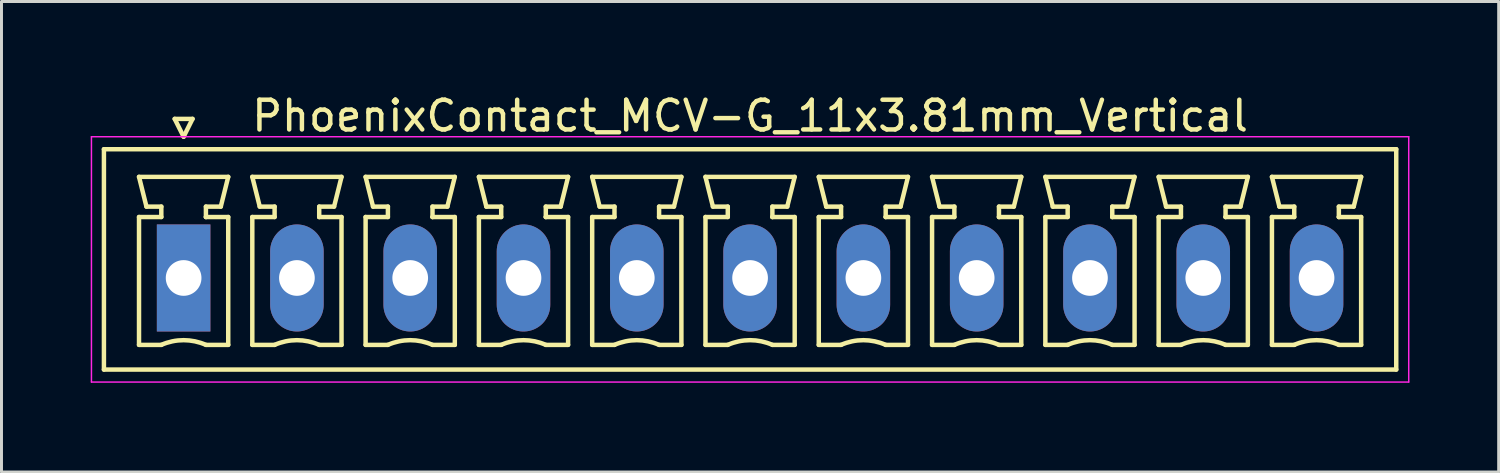
<source format=kicad_pcb>
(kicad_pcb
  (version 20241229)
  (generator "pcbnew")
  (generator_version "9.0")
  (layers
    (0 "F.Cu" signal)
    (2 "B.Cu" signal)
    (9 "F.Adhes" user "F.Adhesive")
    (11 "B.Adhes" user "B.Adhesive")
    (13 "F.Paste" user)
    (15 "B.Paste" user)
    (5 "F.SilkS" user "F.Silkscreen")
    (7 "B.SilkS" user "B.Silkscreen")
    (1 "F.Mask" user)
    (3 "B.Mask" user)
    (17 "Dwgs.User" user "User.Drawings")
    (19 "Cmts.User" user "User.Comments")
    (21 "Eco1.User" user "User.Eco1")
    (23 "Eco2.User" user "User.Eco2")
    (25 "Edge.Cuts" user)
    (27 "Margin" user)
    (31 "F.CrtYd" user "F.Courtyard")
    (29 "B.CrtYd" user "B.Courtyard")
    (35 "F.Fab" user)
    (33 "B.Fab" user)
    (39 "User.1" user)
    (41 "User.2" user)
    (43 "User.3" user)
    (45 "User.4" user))
  (footprint "PhoenixContact_MCV-G_11x3.81mm_Vertical"
    (layer "F.Cu")
    (at 3.125 6.298)
    (property "Reference" "PhoenixContact_MCV-G_11x3.81mm_Vertical" (at 19.05 -5.45 0) (layer "F.SilkS") (effects (font (size 1 1) (thickness 0.15))))
    (attr through_hole)
    (fp_line (start -2.68 -4.33) (end -2.68 3.08) (stroke (width 0.15) (type solid)) (layer "F.SilkS"))
    (fp_line (start -2.68 3.08) (end 40.78 3.08) (stroke (width 0.15) (type solid)) (layer "F.SilkS"))
    (fp_line (start -1.5 -3.4) (end 1.5 -3.4) (stroke (width 0.15) (type solid)) (layer "F.SilkS"))
    (fp_line (start -1.5 -2.05) (end -0.75 -2.05) (stroke (width 0.15) (type solid)) (layer "F.SilkS"))
    (fp_line (start -1.5 2.25) (end -1.5 -2.05) (stroke (width 0.15) (type solid)) (layer "F.SilkS"))
    (fp_line (start -1.25 -2.4) (end -1.5 -3.4) (stroke (width 0.15) (type solid)) (layer "F.SilkS"))
    (fp_line (start -0.75 -2.4) (end -1.25 -2.4) (stroke (width 0.15) (type solid)) (layer "F.SilkS"))
    (fp_line (start -0.75 -2.05) (end -0.75 -2.4) (stroke (width 0.15) (type solid)) (layer "F.SilkS"))
    (fp_line (start -0.75 2.25) (end -1.5 2.25) (stroke (width 0.15) (type solid)) (layer "F.SilkS"))
    (fp_line (start -0.3 -5.35) (end 0 -4.75) (stroke (width 0.15) (type solid)) (layer "F.SilkS"))
    (fp_line (start 0 -4.75) (end 0.3 -5.35) (stroke (width 0.15) (type solid)) (layer "F.SilkS"))
    (fp_line (start 0.3 -5.35) (end -0.3 -5.35) (stroke (width 0.15) (type solid)) (layer "F.SilkS"))
    (fp_line (start 0.75 -2.4) (end 0.75 -2.05) (stroke (width 0.15) (type solid)) (layer "F.SilkS"))
    (fp_line (start 0.75 -2.05) (end 0.75 -2.05) (stroke (width 0.15) (type solid)) (layer "F.SilkS"))
    (fp_line (start 0.75 -2.05) (end 1.5 -2.05) (stroke (width 0.15) (type solid)) (layer "F.SilkS"))
    (fp_line (start 1.25 -2.4) (end 0.75 -2.4) (stroke (width 0.15) (type solid)) (layer "F.SilkS"))
    (fp_line (start 1.5 -3.4) (end 1.25 -2.4) (stroke (width 0.15) (type solid)) (layer "F.SilkS"))
    (fp_line (start 1.5 -2.05) (end 1.5 2.25) (stroke (width 0.15) (type solid)) (layer "F.SilkS"))
    (fp_line (start 1.5 2.25) (end 0.75 2.25) (stroke (width 0.15) (type solid)) (layer "F.SilkS"))
    (fp_line (start 2.31 -3.4) (end 5.31 -3.4) (stroke (width 0.15) (type solid)) (layer "F.SilkS"))
    (fp_line (start 2.31 -2.05) (end 3.06 -2.05) (stroke (width 0.15) (type solid)) (layer "F.SilkS"))
    (fp_line (start 2.31 2.25) (end 2.31 -2.05) (stroke (width 0.15) (type solid)) (layer "F.SilkS"))
    (fp_line (start 2.56 -2.4) (end 2.31 -3.4) (stroke (width 0.15) (type solid)) (layer "F.SilkS"))
    (fp_line (start 3.06 -2.4) (end 2.56 -2.4) (stroke (width 0.15) (type solid)) (layer "F.SilkS"))
    (fp_line (start 3.06 -2.05) (end 3.06 -2.4) (stroke (width 0.15) (type solid)) (layer "F.SilkS"))
    (fp_line (start 3.06 2.25) (end 2.31 2.25) (stroke (width 0.15) (type solid)) (layer "F.SilkS"))
    (fp_line (start 4.56 -2.4) (end 4.56 -2.05) (stroke (width 0.15) (type solid)) (layer "F.SilkS"))
    (fp_line (start 4.56 -2.05) (end 4.56 -2.05) (stroke (width 0.15) (type solid)) (layer "F.SilkS"))
    (fp_line (start 4.56 -2.05) (end 5.31 -2.05) (stroke (width 0.15) (type solid)) (layer "F.SilkS"))
    (fp_line (start 5.06 -2.4) (end 4.56 -2.4) (stroke (width 0.15) (type solid)) (layer "F.SilkS"))
    (fp_line (start 5.31 -3.4) (end 5.06 -2.4) (stroke (width 0.15) (type solid)) (layer "F.SilkS"))
    (fp_line (start 5.31 -2.05) (end 5.31 2.25) (stroke (width 0.15) (type solid)) (layer "F.SilkS"))
    (fp_line (start 5.31 2.25) (end 4.56 2.25) (stroke (width 0.15) (type solid)) (layer "F.SilkS"))
    (fp_line (start 6.12 -3.4) (end 9.12 -3.4) (stroke (width 0.15) (type solid)) (layer "F.SilkS"))
    (fp_line (start 6.12 -2.05) (end 6.87 -2.05) (stroke (width 0.15) (type solid)) (layer "F.SilkS"))
    (fp_line (start 6.12 2.25) (end 6.12 -2.05) (stroke (width 0.15) (type solid)) (layer "F.SilkS"))
    (fp_line (start 6.37 -2.4) (end 6.12 -3.4) (stroke (width 0.15) (type solid)) (layer "F.SilkS"))
    (fp_line (start 6.87 -2.4) (end 6.37 -2.4) (stroke (width 0.15) (type solid)) (layer "F.SilkS"))
    (fp_line (start 6.87 -2.05) (end 6.87 -2.4) (stroke (width 0.15) (type solid)) (layer "F.SilkS"))
    (fp_line (start 6.87 2.25) (end 6.12 2.25) (stroke (width 0.15) (type solid)) (layer "F.SilkS"))
    (fp_line (start 8.37 -2.4) (end 8.37 -2.05) (stroke (width 0.15) (type solid)) (layer "F.SilkS"))
    (fp_line (start 8.37 -2.05) (end 8.37 -2.05) (stroke (width 0.15) (type solid)) (layer "F.SilkS"))
    (fp_line (start 8.37 -2.05) (end 9.12 -2.05) (stroke (width 0.15) (type solid)) (layer "F.SilkS"))
    (fp_line (start 8.87 -2.4) (end 8.37 -2.4) (stroke (width 0.15) (type solid)) (layer "F.SilkS"))
    (fp_line (start 9.12 -3.4) (end 8.87 -2.4) (stroke (width 0.15) (type solid)) (layer "F.SilkS"))
    (fp_line (start 9.12 -2.05) (end 9.12 2.25) (stroke (width 0.15) (type solid)) (layer "F.SilkS"))
    (fp_line (start 9.12 2.25) (end 8.37 2.25) (stroke (width 0.15) (type solid)) (layer "F.SilkS"))
    (fp_line (start 9.93 -3.4) (end 12.93 -3.4) (stroke (width 0.15) (type solid)) (layer "F.SilkS"))
    (fp_line (start 9.93 -2.05) (end 10.68 -2.05) (stroke (width 0.15) (type solid)) (layer "F.SilkS"))
    (fp_line (start 9.93 2.25) (end 9.93 -2.05) (stroke (width 0.15) (type solid)) (layer "F.SilkS"))
    (fp_line (start 10.18 -2.4) (end 9.93 -3.4) (stroke (width 0.15) (type solid)) (layer "F.SilkS"))
    (fp_line (start 10.68 -2.4) (end 10.18 -2.4) (stroke (width 0.15) (type solid)) (layer "F.SilkS"))
    (fp_line (start 10.68 -2.05) (end 10.68 -2.4) (stroke (width 0.15) (type solid)) (layer "F.SilkS"))
    (fp_line (start 10.68 2.25) (end 9.93 2.25) (stroke (width 0.15) (type solid)) (layer "F.SilkS"))
    (fp_line (start 12.18 -2.4) (end 12.18 -2.05) (stroke (width 0.15) (type solid)) (layer "F.SilkS"))
    (fp_line (start 12.18 -2.05) (end 12.18 -2.05) (stroke (width 0.15) (type solid)) (layer "F.SilkS"))
    (fp_line (start 12.18 -2.05) (end 12.93 -2.05) (stroke (width 0.15) (type solid)) (layer "F.SilkS"))
    (fp_line (start 12.68 -2.4) (end 12.18 -2.4) (stroke (width 0.15) (type solid)) (layer "F.SilkS"))
    (fp_line (start 12.93 -3.4) (end 12.68 -2.4) (stroke (width 0.15) (type solid)) (layer "F.SilkS"))
    (fp_line (start 12.93 -2.05) (end 12.93 2.25) (stroke (width 0.15) (type solid)) (layer "F.SilkS"))
    (fp_line (start 12.93 2.25) (end 12.18 2.25) (stroke (width 0.15) (type solid)) (layer "F.SilkS"))
    (fp_line (start 13.74 -3.4) (end 16.74 -3.4) (stroke (width 0.15) (type solid)) (layer "F.SilkS"))
    (fp_line (start 13.74 -2.05) (end 14.49 -2.05) (stroke (width 0.15) (type solid)) (layer "F.SilkS"))
    (fp_line (start 13.74 2.25) (end 13.74 -2.05) (stroke (width 0.15) (type solid)) (layer "F.SilkS"))
    (fp_line (start 13.99 -2.4) (end 13.74 -3.4) (stroke (width 0.15) (type solid)) (layer "F.SilkS"))
    (fp_line (start 14.49 -2.4) (end 13.99 -2.4) (stroke (width 0.15) (type solid)) (layer "F.SilkS"))
    (fp_line (start 14.49 -2.05) (end 14.49 -2.4) (stroke (width 0.15) (type solid)) (layer "F.SilkS"))
    (fp_line (start 14.49 2.25) (end 13.74 2.25) (stroke (width 0.15) (type solid)) (layer "F.SilkS"))
    (fp_line (start 15.99 -2.4) (end 15.99 -2.05) (stroke (width 0.15) (type solid)) (layer "F.SilkS"))
    (fp_line (start 15.99 -2.05) (end 15.99 -2.05) (stroke (width 0.15) (type solid)) (layer "F.SilkS"))
    (fp_line (start 15.99 -2.05) (end 16.74 -2.05) (stroke (width 0.15) (type solid)) (layer "F.SilkS"))
    (fp_line (start 16.49 -2.4) (end 15.99 -2.4) (stroke (width 0.15) (type solid)) (layer "F.SilkS"))
    (fp_line (start 16.74 -3.4) (end 16.49 -2.4) (stroke (width 0.15) (type solid)) (layer "F.SilkS"))
    (fp_line (start 16.74 -2.05) (end 16.74 2.25) (stroke (width 0.15) (type solid)) (layer "F.SilkS"))
    (fp_line (start 16.74 2.25) (end 15.99 2.25) (stroke (width 0.15) (type solid)) (layer "F.SilkS"))
    (fp_line (start 17.55 -3.4) (end 20.55 -3.4) (stroke (width 0.15) (type solid)) (layer "F.SilkS"))
    (fp_line (start 17.55 -2.05) (end 18.3 -2.05) (stroke (width 0.15) (type solid)) (layer "F.SilkS"))
    (fp_line (start 17.55 2.25) (end 17.55 -2.05) (stroke (width 0.15) (type solid)) (layer "F.SilkS"))
    (fp_line (start 17.8 -2.4) (end 17.55 -3.4) (stroke (width 0.15) (type solid)) (layer "F.SilkS"))
    (fp_line (start 18.3 -2.4) (end 17.8 -2.4) (stroke (width 0.15) (type solid)) (layer "F.SilkS"))
    (fp_line (start 18.3 -2.05) (end 18.3 -2.4) (stroke (width 0.15) (type solid)) (layer "F.SilkS"))
    (fp_line (start 18.3 2.25) (end 17.55 2.25) (stroke (width 0.15) (type solid)) (layer "F.SilkS"))
    (fp_line (start 19.8 -2.4) (end 19.8 -2.05) (stroke (width 0.15) (type solid)) (layer "F.SilkS"))
    (fp_line (start 19.8 -2.05) (end 19.8 -2.05) (stroke (width 0.15) (type solid)) (layer "F.SilkS"))
    (fp_line (start 19.8 -2.05) (end 20.55 -2.05) (stroke (width 0.15) (type solid)) (layer "F.SilkS"))
    (fp_line (start 20.3 -2.4) (end 19.8 -2.4) (stroke (width 0.15) (type solid)) (layer "F.SilkS"))
    (fp_line (start 20.55 -3.4) (end 20.3 -2.4) (stroke (width 0.15) (type solid)) (layer "F.SilkS"))
    (fp_line (start 20.55 -2.05) (end 20.55 2.25) (stroke (width 0.15) (type solid)) (layer "F.SilkS"))
    (fp_line (start 20.55 2.25) (end 19.8 2.25) (stroke (width 0.15) (type solid)) (layer "F.SilkS"))
    (fp_line (start 21.36 -3.4) (end 24.36 -3.4) (stroke (width 0.15) (type solid)) (layer "F.SilkS"))
    (fp_line (start 21.36 -2.05) (end 22.11 -2.05) (stroke (width 0.15) (type solid)) (layer "F.SilkS"))
    (fp_line (start 21.36 2.25) (end 21.36 -2.05) (stroke (width 0.15) (type solid)) (layer "F.SilkS"))
    (fp_line (start 21.61 -2.4) (end 21.36 -3.4) (stroke (width 0.15) (type solid)) (layer "F.SilkS"))
    (fp_line (start 22.11 -2.4) (end 21.61 -2.4) (stroke (width 0.15) (type solid)) (layer "F.SilkS"))
    (fp_line (start 22.11 -2.05) (end 22.11 -2.4) (stroke (width 0.15) (type solid)) (layer "F.SilkS"))
    (fp_line (start 22.11 2.25) (end 21.36 2.25) (stroke (width 0.15) (type solid)) (layer "F.SilkS"))
    (fp_line (start 23.61 -2.4) (end 23.61 -2.05) (stroke (width 0.15) (type solid)) (layer "F.SilkS"))
    (fp_line (start 23.61 -2.05) (end 23.61 -2.05) (stroke (width 0.15) (type solid)) (layer "F.SilkS"))
    (fp_line (start 23.61 -2.05) (end 24.36 -2.05) (stroke (width 0.15) (type solid)) (layer "F.SilkS"))
    (fp_line (start 24.11 -2.4) (end 23.61 -2.4) (stroke (width 0.15) (type solid)) (layer "F.SilkS"))
    (fp_line (start 24.36 -3.4) (end 24.11 -2.4) (stroke (width 0.15) (type solid)) (layer "F.SilkS"))
    (fp_line (start 24.36 -2.05) (end 24.36 2.25) (stroke (width 0.15) (type solid)) (layer "F.SilkS"))
    (fp_line (start 24.36 2.25) (end 23.61 2.25) (stroke (width 0.15) (type solid)) (layer "F.SilkS"))
    (fp_line (start 25.17 -3.4) (end 28.17 -3.4) (stroke (width 0.15) (type solid)) (layer "F.SilkS"))
    (fp_line (start 25.17 -2.05) (end 25.92 -2.05) (stroke (width 0.15) (type solid)) (layer "F.SilkS"))
    (fp_line (start 25.17 2.25) (end 25.17 -2.05) (stroke (width 0.15) (type solid)) (layer "F.SilkS"))
    (fp_line (start 25.42 -2.4) (end 25.17 -3.4) (stroke (width 0.15) (type solid)) (layer "F.SilkS"))
    (fp_line (start 25.92 -2.4) (end 25.42 -2.4) (stroke (width 0.15) (type solid)) (layer "F.SilkS"))
    (fp_line (start 25.92 -2.05) (end 25.92 -2.4) (stroke (width 0.15) (type solid)) (layer "F.SilkS"))
    (fp_line (start 25.92 2.25) (end 25.17 2.25) (stroke (width 0.15) (type solid)) (layer "F.SilkS"))
    (fp_line (start 27.42 -2.4) (end 27.42 -2.05) (stroke (width 0.15) (type solid)) (layer "F.SilkS"))
    (fp_line (start 27.42 -2.05) (end 27.42 -2.05) (stroke (width 0.15) (type solid)) (layer "F.SilkS"))
    (fp_line (start 27.42 -2.05) (end 28.17 -2.05) (stroke (width 0.15) (type solid)) (layer "F.SilkS"))
    (fp_line (start 27.92 -2.4) (end 27.42 -2.4) (stroke (width 0.15) (type solid)) (layer "F.SilkS"))
    (fp_line (start 28.17 -3.4) (end 27.92 -2.4) (stroke (width 0.15) (type solid)) (layer "F.SilkS"))
    (fp_line (start 28.17 -2.05) (end 28.17 2.25) (stroke (width 0.15) (type solid)) (layer "F.SilkS"))
    (fp_line (start 28.17 2.25) (end 27.42 2.25) (stroke (width 0.15) (type solid)) (layer "F.SilkS"))
    (fp_line (start 28.98 -3.4) (end 31.98 -3.4) (stroke (width 0.15) (type solid)) (layer "F.SilkS"))
    (fp_line (start 28.98 -2.05) (end 29.73 -2.05) (stroke (width 0.15) (type solid)) (layer "F.SilkS"))
    (fp_line (start 28.98 2.25) (end 28.98 -2.05) (stroke (width 0.15) (type solid)) (layer "F.SilkS"))
    (fp_line (start 29.23 -2.4) (end 28.98 -3.4) (stroke (width 0.15) (type solid)) (layer "F.SilkS"))
    (fp_line (start 29.73 -2.4) (end 29.23 -2.4) (stroke (width 0.15) (type solid)) (layer "F.SilkS"))
    (fp_line (start 29.73 -2.05) (end 29.73 -2.4) (stroke (width 0.15) (type solid)) (layer "F.SilkS"))
    (fp_line (start 29.73 2.25) (end 28.98 2.25) (stroke (width 0.15) (type solid)) (layer "F.SilkS"))
    (fp_line (start 31.23 -2.4) (end 31.23 -2.05) (stroke (width 0.15) (type solid)) (layer "F.SilkS"))
    (fp_line (start 31.23 -2.05) (end 31.23 -2.05) (stroke (width 0.15) (type solid)) (layer "F.SilkS"))
    (fp_line (start 31.23 -2.05) (end 31.98 -2.05) (stroke (width 0.15) (type solid)) (layer "F.SilkS"))
    (fp_line (start 31.73 -2.4) (end 31.23 -2.4) (stroke (width 0.15) (type solid)) (layer "F.SilkS"))
    (fp_line (start 31.98 -3.4) (end 31.73 -2.4) (stroke (width 0.15) (type solid)) (layer "F.SilkS"))
    (fp_line (start 31.98 -2.05) (end 31.98 2.25) (stroke (width 0.15) (type solid)) (layer "F.SilkS"))
    (fp_line (start 31.98 2.25) (end 31.23 2.25) (stroke (width 0.15) (type solid)) (layer "F.SilkS"))
    (fp_line (start 32.79 -3.4) (end 35.79 -3.4) (stroke (width 0.15) (type solid)) (layer "F.SilkS"))
    (fp_line (start 32.79 -2.05) (end 33.54 -2.05) (stroke (width 0.15) (type solid)) (layer "F.SilkS"))
    (fp_line (start 32.79 2.25) (end 32.79 -2.05) (stroke (width 0.15) (type solid)) (layer "F.SilkS"))
    (fp_line (start 33.04 -2.4) (end 32.79 -3.4) (stroke (width 0.15) (type solid)) (layer "F.SilkS"))
    (fp_line (start 33.54 -2.4) (end 33.04 -2.4) (stroke (width 0.15) (type solid)) (layer "F.SilkS"))
    (fp_line (start 33.54 -2.05) (end 33.54 -2.4) (stroke (width 0.15) (type solid)) (layer "F.SilkS"))
    (fp_line (start 33.54 2.25) (end 32.79 2.25) (stroke (width 0.15) (type solid)) (layer "F.SilkS"))
    (fp_line (start 35.04 -2.4) (end 35.04 -2.05) (stroke (width 0.15) (type solid)) (layer "F.SilkS"))
    (fp_line (start 35.04 -2.05) (end 35.04 -2.05) (stroke (width 0.15) (type solid)) (layer "F.SilkS"))
    (fp_line (start 35.04 -2.05) (end 35.79 -2.05) (stroke (width 0.15) (type solid)) (layer "F.SilkS"))
    (fp_line (start 35.54 -2.4) (end 35.04 -2.4) (stroke (width 0.15) (type solid)) (layer "F.SilkS"))
    (fp_line (start 35.79 -3.4) (end 35.54 -2.4) (stroke (width 0.15) (type solid)) (layer "F.SilkS"))
    (fp_line (start 35.79 -2.05) (end 35.79 2.25) (stroke (width 0.15) (type solid)) (layer "F.SilkS"))
    (fp_line (start 35.79 2.25) (end 35.04 2.25) (stroke (width 0.15) (type solid)) (layer "F.SilkS"))
    (fp_line (start 36.6 -3.4) (end 39.6 -3.4) (stroke (width 0.15) (type solid)) (layer "F.SilkS"))
    (fp_line (start 36.6 -2.05) (end 37.35 -2.05) (stroke (width 0.15) (type solid)) (layer "F.SilkS"))
    (fp_line (start 36.6 2.25) (end 36.6 -2.05) (stroke (width 0.15) (type solid)) (layer "F.SilkS"))
    (fp_line (start 36.85 -2.4) (end 36.6 -3.4) (stroke (width 0.15) (type solid)) (layer "F.SilkS"))
    (fp_line (start 37.35 -2.4) (end 36.85 -2.4) (stroke (width 0.15) (type solid)) (layer "F.SilkS"))
    (fp_line (start 37.35 -2.05) (end 37.35 -2.4) (stroke (width 0.15) (type solid)) (layer "F.SilkS"))
    (fp_line (start 37.35 2.25) (end 36.6 2.25) (stroke (width 0.15) (type solid)) (layer "F.SilkS"))
    (fp_line (start 38.85 -2.4) (end 38.85 -2.05) (stroke (width 0.15) (type solid)) (layer "F.SilkS"))
    (fp_line (start 38.85 -2.05) (end 38.85 -2.05) (stroke (width 0.15) (type solid)) (layer "F.SilkS"))
    (fp_line (start 38.85 -2.05) (end 39.6 -2.05) (stroke (width 0.15) (type solid)) (layer "F.SilkS"))
    (fp_line (start 39.35 -2.4) (end 38.85 -2.4) (stroke (width 0.15) (type solid)) (layer "F.SilkS"))
    (fp_line (start 39.6 -3.4) (end 39.35 -2.4) (stroke (width 0.15) (type solid)) (layer "F.SilkS"))
    (fp_line (start 39.6 -2.05) (end 39.6 2.25) (stroke (width 0.15) (type solid)) (layer "F.SilkS"))
    (fp_line (start 39.6 2.25) (end 38.85 2.25) (stroke (width 0.15) (type solid)) (layer "F.SilkS"))
    (fp_line (start 40.78 -4.33) (end -2.68 -4.33) (stroke (width 0.15) (type solid)) (layer "F.SilkS"))
    (fp_line (start 40.78 3.08) (end 40.78 -4.33) (stroke (width 0.15) (type solid)) (layer "F.SilkS"))
    (fp_arc (start -0.75 2.25) (mid -0.000193 2.09191) (end 0.749647 2.249844) (stroke (width 0.15) (type solid)) (layer "F.SilkS"))
    (fp_arc (start 3.06 2.25) (mid 3.809807 2.09191) (end 4.559647 2.249844) (stroke (width 0.15) (type solid)) (layer "F.SilkS"))
    (fp_arc (start 6.87 2.25) (mid 7.619807 2.09191) (end 8.369647 2.249844) (stroke (width 0.15) (type solid)) (layer "F.SilkS"))
    (fp_arc (start 10.68 2.25) (mid 11.429807 2.09191) (end 12.179647 2.249844) (stroke (width 0.15) (type solid)) (layer "F.SilkS"))
    (fp_arc (start 14.49 2.25) (mid 15.239807 2.09191) (end 15.989647 2.249844) (stroke (width 0.15) (type solid)) (layer "F.SilkS"))
    (fp_arc (start 18.3 2.25) (mid 19.049807 2.09191) (end 19.799647 2.249844) (stroke (width 0.15) (type solid)) (layer "F.SilkS"))
    (fp_arc (start 22.11 2.25) (mid 22.859807 2.09191) (end 23.609647 2.249844) (stroke (width 0.15) (type solid)) (layer "F.SilkS"))
    (fp_arc (start 25.92 2.25) (mid 26.669807 2.09191) (end 27.419647 2.249844) (stroke (width 0.15) (type solid)) (layer "F.SilkS"))
    (fp_arc (start 29.73 2.25) (mid 30.479807 2.09191) (end 31.229647 2.249844) (stroke (width 0.15) (type solid)) (layer "F.SilkS"))
    (fp_arc (start 33.54 2.25) (mid 34.289807 2.09191) (end 35.039647 2.249844) (stroke (width 0.15) (type solid)) (layer "F.SilkS"))
    (fp_arc (start 37.35 2.25) (mid 38.099807 2.09191) (end 38.849647 2.249844) (stroke (width 0.15) (type solid)) (layer "F.SilkS"))
    (fp_line (start -3.1 -4.75) (end -3.1 3.5) (stroke (width 0.05) (type solid)) (layer "F.CrtYd"))
    (fp_line (start -3.1 3.5) (end 41.2 3.5) (stroke (width 0.05) (type solid)) (layer "F.CrtYd"))
    (fp_line (start 41.2 -4.75) (end -3.1 -4.75) (stroke (width 0.05) (type solid)) (layer "F.CrtYd"))
    (fp_line (start 41.2 3.5) (end 41.2 -4.75) (stroke (width 0.05) (type solid)) (layer "F.CrtYd"))
    (pad "1" thru_hole rect (at 0 0) (size 1.8 3.6) (drill 1.2) (layers "*.Cu" "*.Mask"))
    (pad "2" thru_hole oval (at 3.81 0) (size 1.8 3.6) (drill 1.2) (layers "*.Cu" "*.Mask"))
    (pad "3" thru_hole oval (at 7.62 0) (size 1.8 3.6) (drill 1.2) (layers "*.Cu" "*.Mask"))
    (pad "4" thru_hole oval (at 11.43 0) (size 1.8 3.6) (drill 1.2) (layers "*.Cu" "*.Mask"))
    (pad "5" thru_hole oval (at 15.24 0) (size 1.8 3.6) (drill 1.2) (layers "*.Cu" "*.Mask"))
    (pad "6" thru_hole oval (at 19.05 0) (size 1.8 3.6) (drill 1.2) (layers "*.Cu" "*.Mask"))
    (pad "7" thru_hole oval (at 22.86 0) (size 1.8 3.6) (drill 1.2) (layers "*.Cu" "*.Mask"))
    (pad "8" thru_hole oval (at 26.67 0) (size 1.8 3.6) (drill 1.2) (layers "*.Cu" "*.Mask"))
    (pad "9" thru_hole oval (at 30.48 0) (size 1.8 3.6) (drill 1.2) (layers "*.Cu" "*.Mask"))
    (pad "10" thru_hole oval (at 34.29 0) (size 1.8 3.6) (drill 1.2) (layers "*.Cu" "*.Mask"))
    (pad "11" thru_hole oval (at 38.1 0) (size 1.8 3.6) (drill 1.2) (layers "*.Cu" "*.Mask")))
  (gr_rect
    (start -3 -3)
    (end 47.35 12.823)
    (stroke (width 0.1) (type default))
    (fill no)
    (layer "Edge.Cuts")))
</source>
